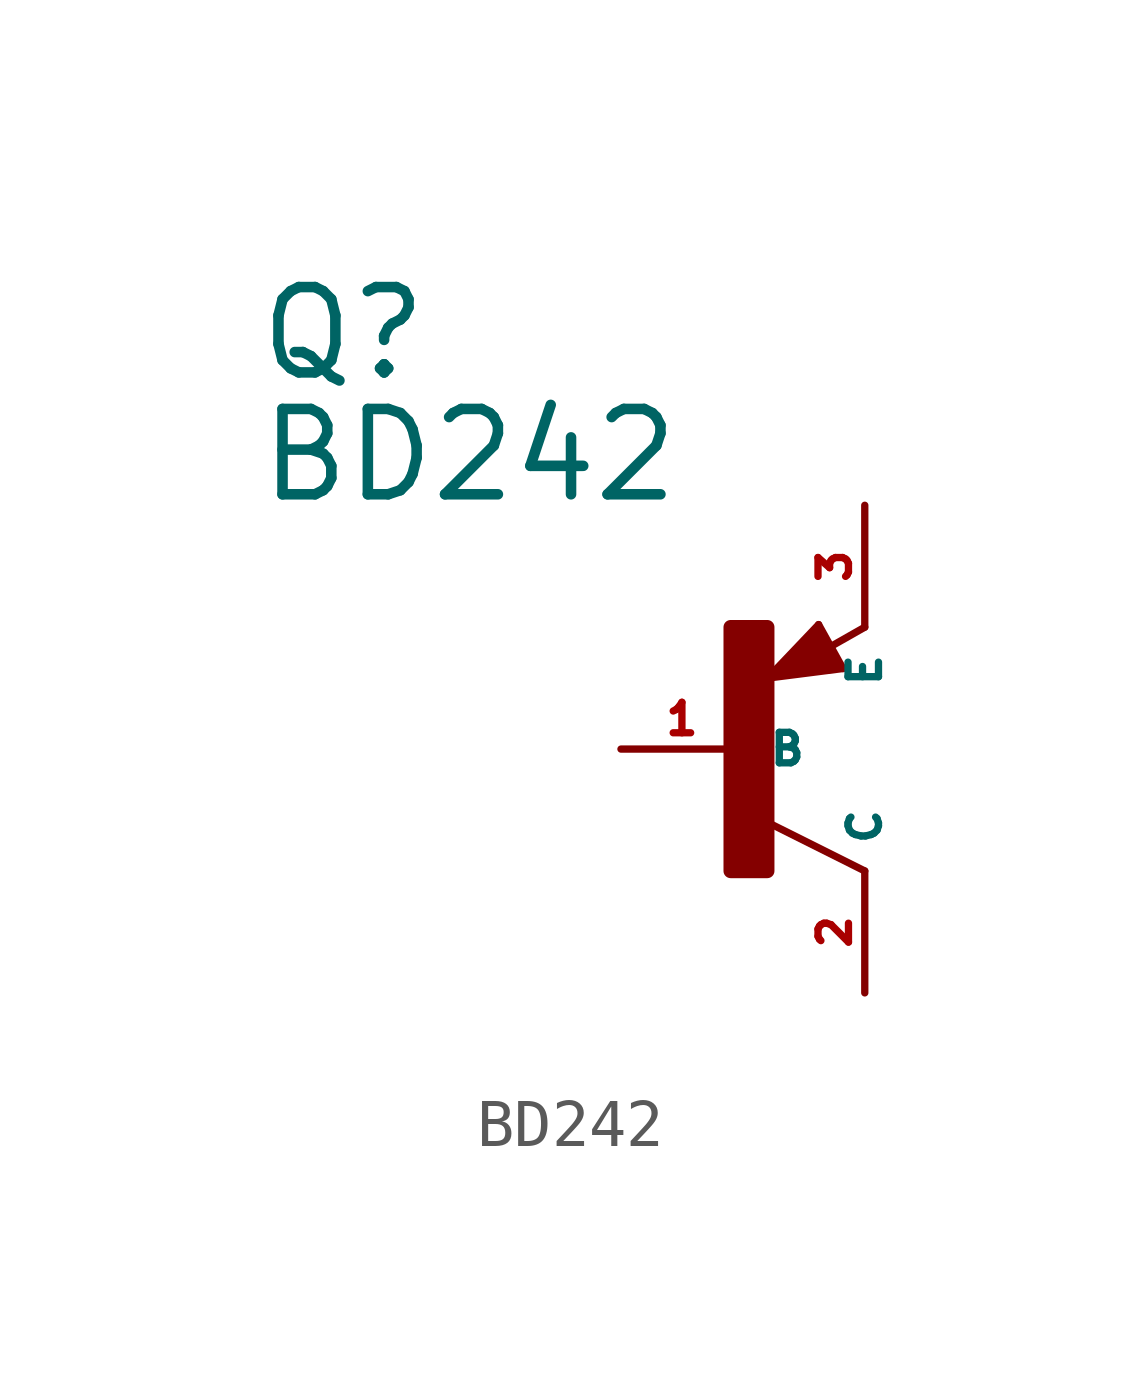
<source format=kicad_sym>
(kicad_symbol_lib
  (version 20220914)
  (generator Eagle2Kicad)
  (symbol "BD242"
    (property "Reference" "Q"
      (at -10.16 7.62 0)
      (effects (font (size 1.778 1.778) (thickness 0.22)) (justify left bottom)))
    (property "Value" "BD242"
      (at -10.16 5.08 0)
      (effects (font (size 1.778 1.778) (thickness 0.22)) (justify left bottom)))
    (polyline
      (pts (xy 2.086 1.678) (xy 1.578 2.594))
      (stroke (width 0.152) (type default))
      (fill (type none)))
    (polyline
      (pts (xy 1.578 2.594) (xy 0.516 1.478))
      (stroke (width 0.152) (type default))
      (fill (type none)))
    (polyline
      (pts (xy 0.516 1.478) (xy 2.086 1.678))
      (stroke (width 0.152) (type default))
      (fill (type none)))
    (polyline
      (pts (xy 2.54 2.54) (xy 1.808 2.124))
      (stroke (width 0.152) (type default))
      (fill (type none)))
    (polyline
      (pts (xy 2.54 -2.54) (xy 0.508 -1.524))
      (stroke (width 0.152) (type default))
      (fill (type none)))
    (polyline
      (pts (xy 1.905 1.778) (xy 1.524 2.413))
      (stroke (width 0.254) (type default))
      (fill (type none)))
    (polyline
      (pts (xy 1.524 2.413) (xy 0.762 1.651))
      (stroke (width 0.254) (type default))
      (fill (type none)))
    (polyline
      (pts (xy 0.762 1.651) (xy 1.778 1.778))
      (stroke (width 0.254) (type default))
      (fill (type none)))
    (polyline
      (pts (xy 1.778 1.778) (xy 1.524 2.159))
      (stroke (width 0.254) (type default))
      (fill (type none)))
    (polyline
      (pts (xy 1.524 2.159) (xy 1.143 1.905))
      (stroke (width 0.254) (type default))
      (fill (type none)))
    (polyline
      (pts (xy 1.143 1.905) (xy 1.524 1.905))
      (stroke (width 0.254) (type default))
      (fill (type none)))
    (rectangle
      (start -0.254 -2.54)
      (end 0.508 2.54)
      (stroke (width 0.3) (type default))
      (fill (type outline)))
    (pin passive line
      (at -2.54 0 0)
      (length 2.54)
      (name "B" (effects (font (size 0.635 0.635) (thickness 0.08)) (justify left bottom)))
      (number "1" (effects (font (size 0.635 0.635) (thickness 0.08)) (justify left bottom))))
    (pin passive line
      (at 2.54 5.08 270)
      (length 2.54)
      (name "E" (effects (font (size 0.635 0.635) (thickness 0.08)) (justify left bottom)))
      (number "3" (effects (font (size 0.635 0.635) (thickness 0.08)) (justify left bottom))))
    (pin passive line
      (at 2.54 -5.08 90)
      (length 2.54)
      (name "C" (effects (font (size 0.635 0.635) (thickness 0.08)) (justify left bottom)))
      (number "2" (effects (font (size 0.635 0.635) (thickness 0.08)) (justify left bottom))))))
</source>
